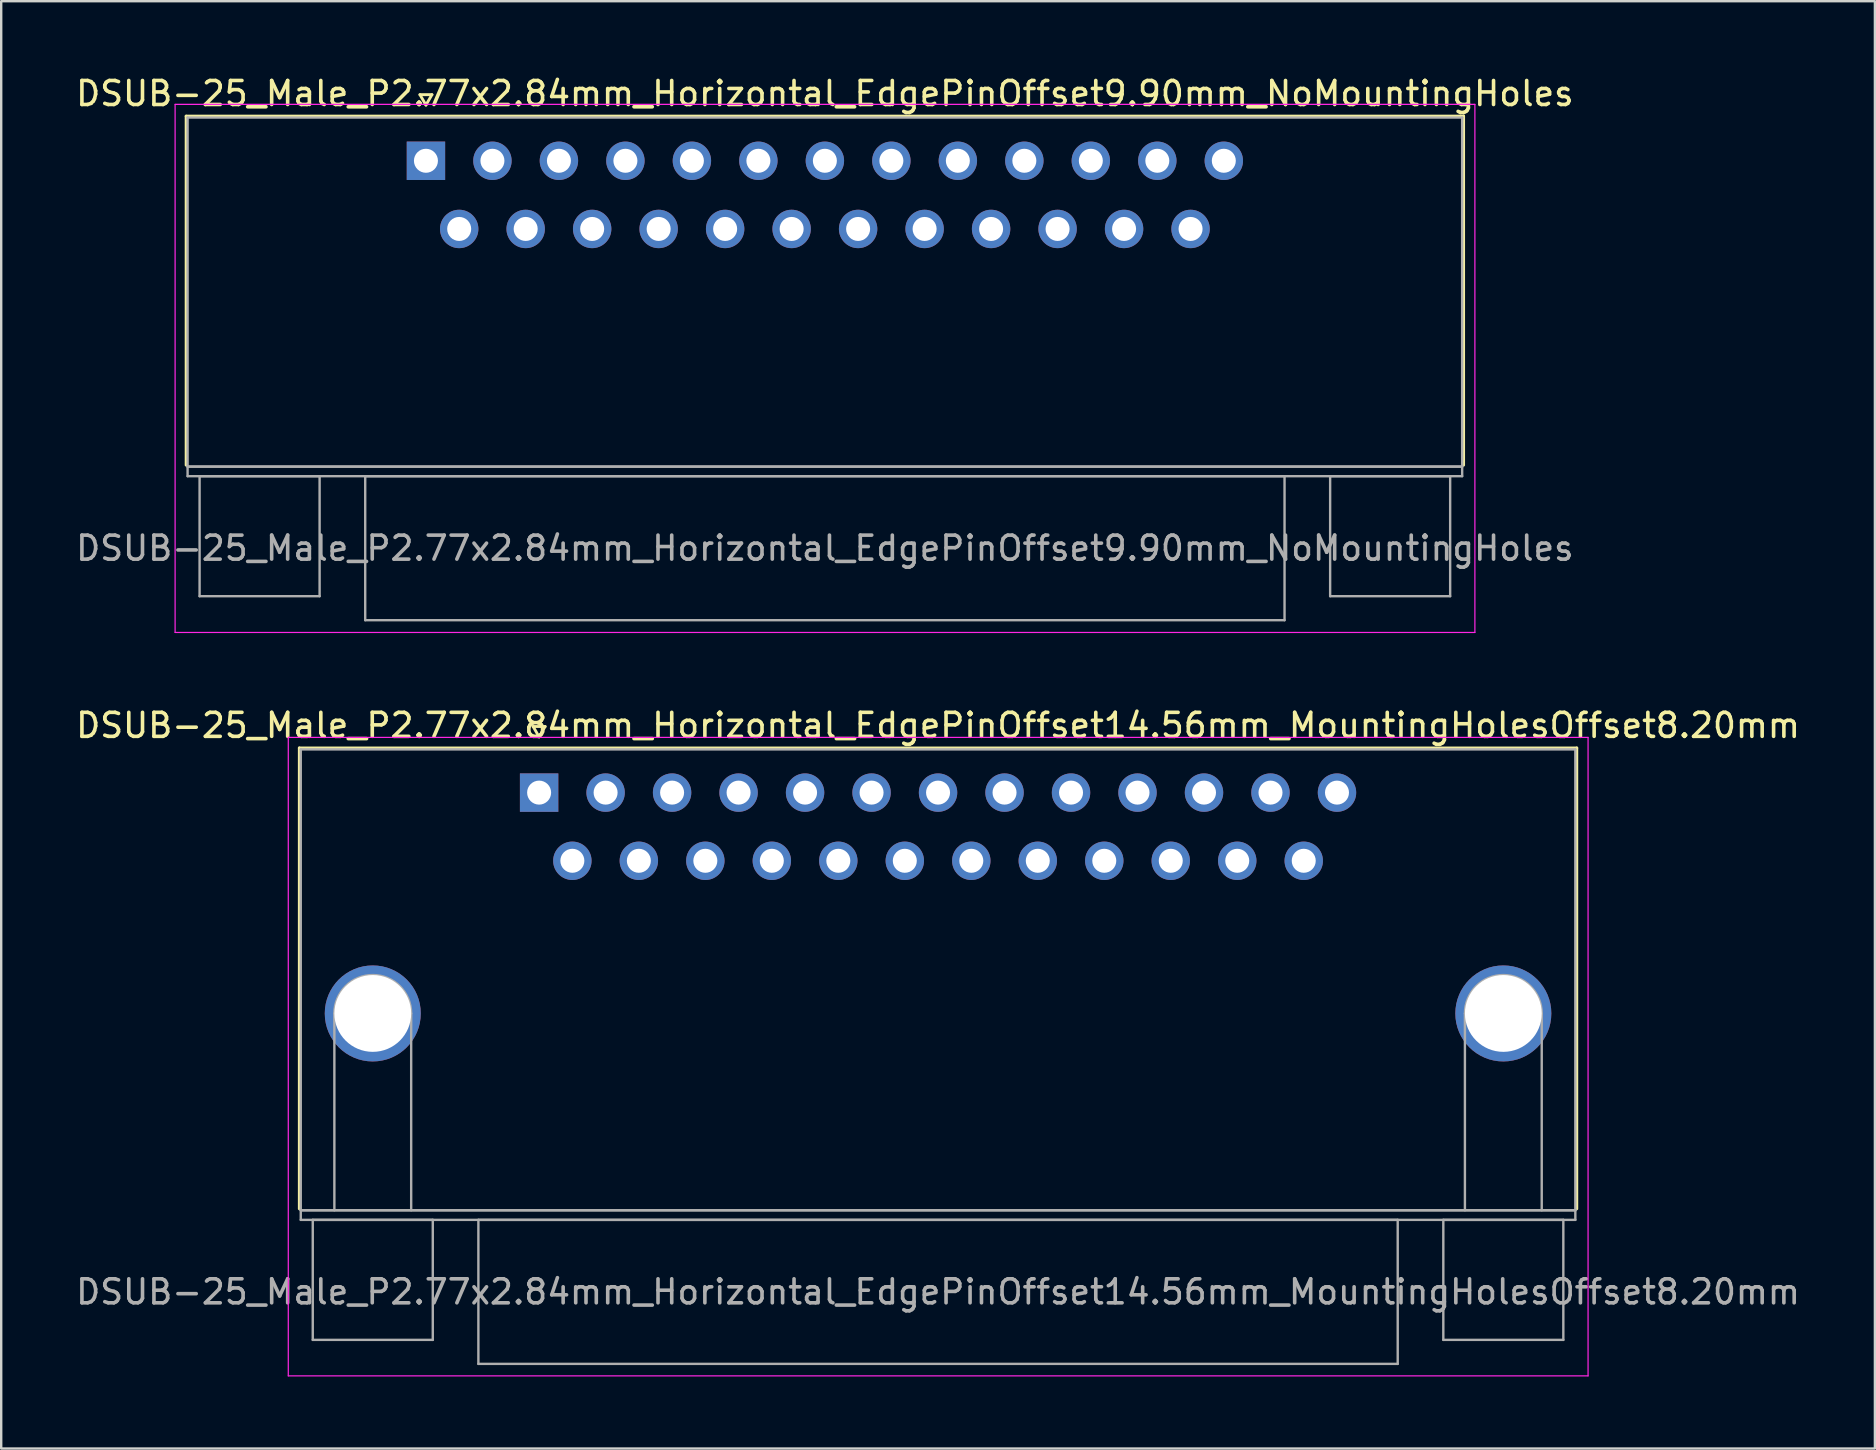
<source format=kicad_pcb>
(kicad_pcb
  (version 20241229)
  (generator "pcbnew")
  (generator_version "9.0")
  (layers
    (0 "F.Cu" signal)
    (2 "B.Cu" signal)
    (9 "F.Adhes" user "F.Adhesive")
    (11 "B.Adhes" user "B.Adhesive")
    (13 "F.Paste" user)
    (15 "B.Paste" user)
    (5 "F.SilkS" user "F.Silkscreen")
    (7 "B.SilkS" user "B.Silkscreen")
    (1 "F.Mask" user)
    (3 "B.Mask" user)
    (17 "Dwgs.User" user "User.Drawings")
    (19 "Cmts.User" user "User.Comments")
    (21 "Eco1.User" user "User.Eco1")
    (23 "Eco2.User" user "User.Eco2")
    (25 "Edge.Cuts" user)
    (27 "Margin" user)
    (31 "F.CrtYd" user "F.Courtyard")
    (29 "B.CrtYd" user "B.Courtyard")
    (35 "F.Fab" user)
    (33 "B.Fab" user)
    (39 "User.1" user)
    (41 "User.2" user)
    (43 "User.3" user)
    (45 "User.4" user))
  (footprint "DSUB-25_Male_P2.77x2.84mm_Horizontal_EdgePinOffset9.90mm_NoMountingHoles"
    (layer "F.Cu")
    (at 14.695 3.648)
    (property "Reference" "DSUB-25_Male_P2.77x2.84mm_Horizontal_EdgePinOffset9.90mm_NoMountingHoles" (at 16.62 -2.8 0) (layer "F.SilkS") (effects (font (size 1 1) (thickness 0.15))))
    (attr through_hole)
    (fp_line (start -9.99 -1.86) (end 43.23 -1.86) (stroke (width 0.12) (type solid)) (layer "F.SilkS"))
    (fp_line (start -9.99 12.68) (end -9.99 -1.86) (stroke (width 0.12) (type solid)) (layer "F.SilkS"))
    (fp_line (start -0.25 -2.754) (end 0.25 -2.754) (stroke (width 0.12) (type solid)) (layer "F.SilkS"))
    (fp_line (start 0 -2.321) (end -0.25 -2.754) (stroke (width 0.12) (type solid)) (layer "F.SilkS"))
    (fp_line (start 0.25 -2.754) (end 0 -2.321) (stroke (width 0.12) (type solid)) (layer "F.SilkS"))
    (fp_line (start 43.23 -1.86) (end 43.23 12.68) (stroke (width 0.12) (type solid)) (layer "F.SilkS"))
    (fp_line (start -10.45 -2.35) (end -10.45 19.65) (stroke (width 0.05) (type solid)) (layer "F.CrtYd"))
    (fp_line (start -10.45 19.65) (end 43.7 19.65) (stroke (width 0.05) (type solid)) (layer "F.CrtYd"))
    (fp_line (start 43.7 -2.35) (end -10.45 -2.35) (stroke (width 0.05) (type solid)) (layer "F.CrtYd"))
    (fp_line (start 43.7 19.65) (end 43.7 -2.35) (stroke (width 0.05) (type solid)) (layer "F.CrtYd"))
    (fp_line (start -9.93 -1.8) (end -9.93 12.74) (stroke (width 0.1) (type solid)) (layer "F.Fab"))
    (fp_line (start -9.93 12.74) (end -9.93 13.14) (stroke (width 0.1) (type solid)) (layer "F.Fab"))
    (fp_line (start -9.93 12.74) (end 43.17 12.74) (stroke (width 0.1) (type solid)) (layer "F.Fab"))
    (fp_line (start -9.93 13.14) (end 43.17 13.14) (stroke (width 0.1) (type solid)) (layer "F.Fab"))
    (fp_line (start -9.43 13.14) (end -9.43 18.14) (stroke (width 0.1) (type solid)) (layer "F.Fab"))
    (fp_line (start -9.43 18.14) (end -4.43 18.14) (stroke (width 0.1) (type solid)) (layer "F.Fab"))
    (fp_line (start -4.43 13.14) (end -9.43 13.14) (stroke (width 0.1) (type solid)) (layer "F.Fab"))
    (fp_line (start -4.43 18.14) (end -4.43 13.14) (stroke (width 0.1) (type solid)) (layer "F.Fab"))
    (fp_line (start -2.53 13.14) (end -2.53 19.14) (stroke (width 0.1) (type solid)) (layer "F.Fab"))
    (fp_line (start -2.53 19.14) (end 35.77 19.14) (stroke (width 0.1) (type solid)) (layer "F.Fab"))
    (fp_line (start 35.77 13.14) (end -2.53 13.14) (stroke (width 0.1) (type solid)) (layer "F.Fab"))
    (fp_line (start 35.77 19.14) (end 35.77 13.14) (stroke (width 0.1) (type solid)) (layer "F.Fab"))
    (fp_line (start 37.67 13.14) (end 37.67 18.14) (stroke (width 0.1) (type solid)) (layer "F.Fab"))
    (fp_line (start 37.67 18.14) (end 42.67 18.14) (stroke (width 0.1) (type solid)) (layer "F.Fab"))
    (fp_line (start 42.67 13.14) (end 37.67 13.14) (stroke (width 0.1) (type solid)) (layer "F.Fab"))
    (fp_line (start 42.67 18.14) (end 42.67 13.14) (stroke (width 0.1) (type solid)) (layer "F.Fab"))
    (fp_line (start 43.17 -1.8) (end -9.93 -1.8) (stroke (width 0.1) (type solid)) (layer "F.Fab"))
    (fp_line (start 43.17 12.74) (end -9.93 12.74) (stroke (width 0.1) (type solid)) (layer "F.Fab"))
    (fp_line (start 43.17 12.74) (end 43.17 -1.8) (stroke (width 0.1) (type solid)) (layer "F.Fab"))
    (fp_line (start 43.17 13.14) (end 43.17 12.74) (stroke (width 0.1) (type solid)) (layer "F.Fab"))
    (fp_text user "${REFERENCE}" (at 16.62 16.14 0) (layer "F.Fab") (effects (font (size 1 1) (thickness 0.15))))
    (pad "1" thru_hole rect (at 0 0) (size 1.6 1.6) (drill 1) (layers "*.Cu" "*.Mask"))
    (pad "2" thru_hole circle (at 2.77 0) (size 1.6 1.6) (drill 1) (layers "*.Cu" "*.Mask"))
    (pad "3" thru_hole circle (at 5.54 0) (size 1.6 1.6) (drill 1) (layers "*.Cu" "*.Mask"))
    (pad "4" thru_hole circle (at 8.31 0) (size 1.6 1.6) (drill 1) (layers "*.Cu" "*.Mask"))
    (pad "5" thru_hole circle (at 11.08 0) (size 1.6 1.6) (drill 1) (layers "*.Cu" "*.Mask"))
    (pad "6" thru_hole circle (at 13.85 0) (size 1.6 1.6) (drill 1) (layers "*.Cu" "*.Mask"))
    (pad "7" thru_hole circle (at 16.62 0) (size 1.6 1.6) (drill 1) (layers "*.Cu" "*.Mask"))
    (pad "8" thru_hole circle (at 19.39 0) (size 1.6 1.6) (drill 1) (layers "*.Cu" "*.Mask"))
    (pad "9" thru_hole circle (at 22.16 0) (size 1.6 1.6) (drill 1) (layers "*.Cu" "*.Mask"))
    (pad "10" thru_hole circle (at 24.93 0) (size 1.6 1.6) (drill 1) (layers "*.Cu" "*.Mask"))
    (pad "11" thru_hole circle (at 27.7 0) (size 1.6 1.6) (drill 1) (layers "*.Cu" "*.Mask"))
    (pad "12" thru_hole circle (at 30.47 0) (size 1.6 1.6) (drill 1) (layers "*.Cu" "*.Mask"))
    (pad "13" thru_hole circle (at 33.24 0) (size 1.6 1.6) (drill 1) (layers "*.Cu" "*.Mask"))
    (pad "14" thru_hole circle (at 1.385 2.84) (size 1.6 1.6) (drill 1) (layers "*.Cu" "*.Mask"))
    (pad "15" thru_hole circle (at 4.155 2.84) (size 1.6 1.6) (drill 1) (layers "*.Cu" "*.Mask"))
    (pad "16" thru_hole circle (at 6.925 2.84) (size 1.6 1.6) (drill 1) (layers "*.Cu" "*.Mask"))
    (pad "17" thru_hole circle (at 9.695 2.84) (size 1.6 1.6) (drill 1) (layers "*.Cu" "*.Mask"))
    (pad "18" thru_hole circle (at 12.465 2.84) (size 1.6 1.6) (drill 1) (layers "*.Cu" "*.Mask"))
    (pad "19" thru_hole circle (at 15.235 2.84) (size 1.6 1.6) (drill 1) (layers "*.Cu" "*.Mask"))
    (pad "20" thru_hole circle (at 18.005 2.84) (size 1.6 1.6) (drill 1) (layers "*.Cu" "*.Mask"))
    (pad "21" thru_hole circle (at 20.775 2.84) (size 1.6 1.6) (drill 1) (layers "*.Cu" "*.Mask"))
    (pad "22" thru_hole circle (at 23.545 2.84) (size 1.6 1.6) (drill 1) (layers "*.Cu" "*.Mask"))
    (pad "23" thru_hole circle (at 26.315 2.84) (size 1.6 1.6) (drill 1) (layers "*.Cu" "*.Mask"))
    (pad "24" thru_hole circle (at 29.085 2.84) (size 1.6 1.6) (drill 1) (layers "*.Cu" "*.Mask"))
    (pad "25" thru_hole circle (at 31.855 2.84) (size 1.6 1.6) (drill 1) (layers "*.Cu" "*.Mask")))
  (footprint "DSUB-25_Male_P2.77x2.84mm_Horizontal_EdgePinOffset14.56mm_MountingHolesOffset8.20mm"
    (layer "F.Cu")
    (at 19.41 29.971)
    (property "Reference" "DSUB-25_Male_P2.77x2.84mm_Horizontal_EdgePinOffset14.56mm_MountingHolesOffset8.20mm" (at 16.62 -2.8 0) (layer "F.SilkS") (effects (font (size 1 1) (thickness 0.15))))
    (attr through_hole)
    (fp_line (start -9.99 -1.86) (end 43.23 -1.86) (stroke (width 0.12) (type solid)) (layer "F.SilkS"))
    (fp_line (start -9.99 17.34) (end -9.99 -1.86) (stroke (width 0.12) (type solid)) (layer "F.SilkS"))
    (fp_line (start -0.25 -2.754) (end 0.25 -2.754) (stroke (width 0.12) (type solid)) (layer "F.SilkS"))
    (fp_line (start 0 -2.321) (end -0.25 -2.754) (stroke (width 0.12) (type solid)) (layer "F.SilkS"))
    (fp_line (start 0.25 -2.754) (end 0 -2.321) (stroke (width 0.12) (type solid)) (layer "F.SilkS"))
    (fp_line (start 43.23 -1.86) (end 43.23 17.34) (stroke (width 0.12) (type solid)) (layer "F.SilkS"))
    (fp_line (start -10.45 -2.3) (end -10.45 24.3) (stroke (width 0.05) (type solid)) (layer "F.CrtYd"))
    (fp_line (start -10.45 24.3) (end 43.7 24.3) (stroke (width 0.05) (type solid)) (layer "F.CrtYd"))
    (fp_line (start 43.7 -2.3) (end -10.45 -2.3) (stroke (width 0.05) (type solid)) (layer "F.CrtYd"))
    (fp_line (start 43.7 24.3) (end 43.7 -2.3) (stroke (width 0.05) (type solid)) (layer "F.CrtYd"))
    (fp_line (start -9.93 -1.8) (end -9.93 17.4) (stroke (width 0.1) (type solid)) (layer "F.Fab"))
    (fp_line (start -9.93 17.4) (end -9.93 17.8) (stroke (width 0.1) (type solid)) (layer "F.Fab"))
    (fp_line (start -9.93 17.4) (end 43.17 17.4) (stroke (width 0.1) (type solid)) (layer "F.Fab"))
    (fp_line (start -9.93 17.8) (end 43.17 17.8) (stroke (width 0.1) (type solid)) (layer "F.Fab"))
    (fp_line (start -9.43 17.8) (end -9.43 22.8) (stroke (width 0.1) (type solid)) (layer "F.Fab"))
    (fp_line (start -9.43 22.8) (end -4.43 22.8) (stroke (width 0.1) (type solid)) (layer "F.Fab"))
    (fp_line (start -8.53 17.4) (end -8.53 9.2) (stroke (width 0.1) (type solid)) (layer "F.Fab"))
    (fp_line (start -5.33 17.4) (end -5.33 9.2) (stroke (width 0.1) (type solid)) (layer "F.Fab"))
    (fp_line (start -4.43 17.8) (end -9.43 17.8) (stroke (width 0.1) (type solid)) (layer "F.Fab"))
    (fp_line (start -4.43 22.8) (end -4.43 17.8) (stroke (width 0.1) (type solid)) (layer "F.Fab"))
    (fp_line (start -2.53 17.8) (end -2.53 23.8) (stroke (width 0.1) (type solid)) (layer "F.Fab"))
    (fp_line (start -2.53 23.8) (end 35.77 23.8) (stroke (width 0.1) (type solid)) (layer "F.Fab"))
    (fp_line (start 35.77 17.8) (end -2.53 17.8) (stroke (width 0.1) (type solid)) (layer "F.Fab"))
    (fp_line (start 35.77 23.8) (end 35.77 17.8) (stroke (width 0.1) (type solid)) (layer "F.Fab"))
    (fp_line (start 37.67 17.8) (end 37.67 22.8) (stroke (width 0.1) (type solid)) (layer "F.Fab"))
    (fp_line (start 37.67 22.8) (end 42.67 22.8) (stroke (width 0.1) (type solid)) (layer "F.Fab"))
    (fp_line (start 38.57 17.4) (end 38.57 9.2) (stroke (width 0.1) (type solid)) (layer "F.Fab"))
    (fp_line (start 41.77 17.4) (end 41.77 9.2) (stroke (width 0.1) (type solid)) (layer "F.Fab"))
    (fp_line (start 42.67 17.8) (end 37.67 17.8) (stroke (width 0.1) (type solid)) (layer "F.Fab"))
    (fp_line (start 42.67 22.8) (end 42.67 17.8) (stroke (width 0.1) (type solid)) (layer "F.Fab"))
    (fp_line (start 43.17 -1.8) (end -9.93 -1.8) (stroke (width 0.1) (type solid)) (layer "F.Fab"))
    (fp_line (start 43.17 17.4) (end -9.93 17.4) (stroke (width 0.1) (type solid)) (layer "F.Fab"))
    (fp_line (start 43.17 17.4) (end 43.17 -1.8) (stroke (width 0.1) (type solid)) (layer "F.Fab"))
    (fp_line (start 43.17 17.8) (end 43.17 17.4) (stroke (width 0.1) (type solid)) (layer "F.Fab"))
    (fp_arc (start -8.53 9.2) (mid -6.93 7.6) (end -5.33 9.2) (stroke (width 0.1) (type solid)) (layer "F.Fab"))
    (fp_arc (start 38.57 9.2) (mid 40.17 7.6) (end 41.77 9.2) (stroke (width 0.1) (type solid)) (layer "F.Fab"))
    (fp_text user "${REFERENCE}" (at 16.62 20.8 0) (layer "F.Fab") (effects (font (size 1 1) (thickness 0.15))))
    (pad "0" thru_hole circle (at -6.93 9.2) (size 4 4) (drill 3.2) (layers "*.Cu" "*.Mask"))
    (pad "0" thru_hole circle (at 40.17 9.2) (size 4 4) (drill 3.2) (layers "*.Cu" "*.Mask"))
    (pad "1" thru_hole rect (at 0 0) (size 1.6 1.6) (drill 1) (layers "*.Cu" "*.Mask"))
    (pad "2" thru_hole circle (at 2.77 0) (size 1.6 1.6) (drill 1) (layers "*.Cu" "*.Mask"))
    (pad "3" thru_hole circle (at 5.54 0) (size 1.6 1.6) (drill 1) (layers "*.Cu" "*.Mask"))
    (pad "4" thru_hole circle (at 8.31 0) (size 1.6 1.6) (drill 1) (layers "*.Cu" "*.Mask"))
    (pad "5" thru_hole circle (at 11.08 0) (size 1.6 1.6) (drill 1) (layers "*.Cu" "*.Mask"))
    (pad "6" thru_hole circle (at 13.85 0) (size 1.6 1.6) (drill 1) (layers "*.Cu" "*.Mask"))
    (pad "7" thru_hole circle (at 16.62 0) (size 1.6 1.6) (drill 1) (layers "*.Cu" "*.Mask"))
    (pad "8" thru_hole circle (at 19.39 0) (size 1.6 1.6) (drill 1) (layers "*.Cu" "*.Mask"))
    (pad "9" thru_hole circle (at 22.16 0) (size 1.6 1.6) (drill 1) (layers "*.Cu" "*.Mask"))
    (pad "10" thru_hole circle (at 24.93 0) (size 1.6 1.6) (drill 1) (layers "*.Cu" "*.Mask"))
    (pad "11" thru_hole circle (at 27.7 0) (size 1.6 1.6) (drill 1) (layers "*.Cu" "*.Mask"))
    (pad "12" thru_hole circle (at 30.47 0) (size 1.6 1.6) (drill 1) (layers "*.Cu" "*.Mask"))
    (pad "13" thru_hole circle (at 33.24 0) (size 1.6 1.6) (drill 1) (layers "*.Cu" "*.Mask"))
    (pad "14" thru_hole circle (at 1.385 2.84) (size 1.6 1.6) (drill 1) (layers "*.Cu" "*.Mask"))
    (pad "15" thru_hole circle (at 4.155 2.84) (size 1.6 1.6) (drill 1) (layers "*.Cu" "*.Mask"))
    (pad "16" thru_hole circle (at 6.925 2.84) (size 1.6 1.6) (drill 1) (layers "*.Cu" "*.Mask"))
    (pad "17" thru_hole circle (at 9.695 2.84) (size 1.6 1.6) (drill 1) (layers "*.Cu" "*.Mask"))
    (pad "18" thru_hole circle (at 12.465 2.84) (size 1.6 1.6) (drill 1) (layers "*.Cu" "*.Mask"))
    (pad "19" thru_hole circle (at 15.235 2.84) (size 1.6 1.6) (drill 1) (layers "*.Cu" "*.Mask"))
    (pad "20" thru_hole circle (at 18.005 2.84) (size 1.6 1.6) (drill 1) (layers "*.Cu" "*.Mask"))
    (pad "21" thru_hole circle (at 20.775 2.84) (size 1.6 1.6) (drill 1) (layers "*.Cu" "*.Mask"))
    (pad "22" thru_hole circle (at 23.545 2.84) (size 1.6 1.6) (drill 1) (layers "*.Cu" "*.Mask"))
    (pad "23" thru_hole circle (at 26.315 2.84) (size 1.6 1.6) (drill 1) (layers "*.Cu" "*.Mask"))
    (pad "24" thru_hole circle (at 29.085 2.84) (size 1.6 1.6) (drill 1) (layers "*.Cu" "*.Mask"))
    (pad "25" thru_hole circle (at 31.855 2.84) (size 1.6 1.6) (drill 1) (layers "*.Cu" "*.Mask")))
  (gr_rect
    (start -3 -3)
    (end 75.06 57.297)
    (stroke (width 0.1) (type default))
    (fill no)
    (layer "Edge.Cuts")))
</source>
